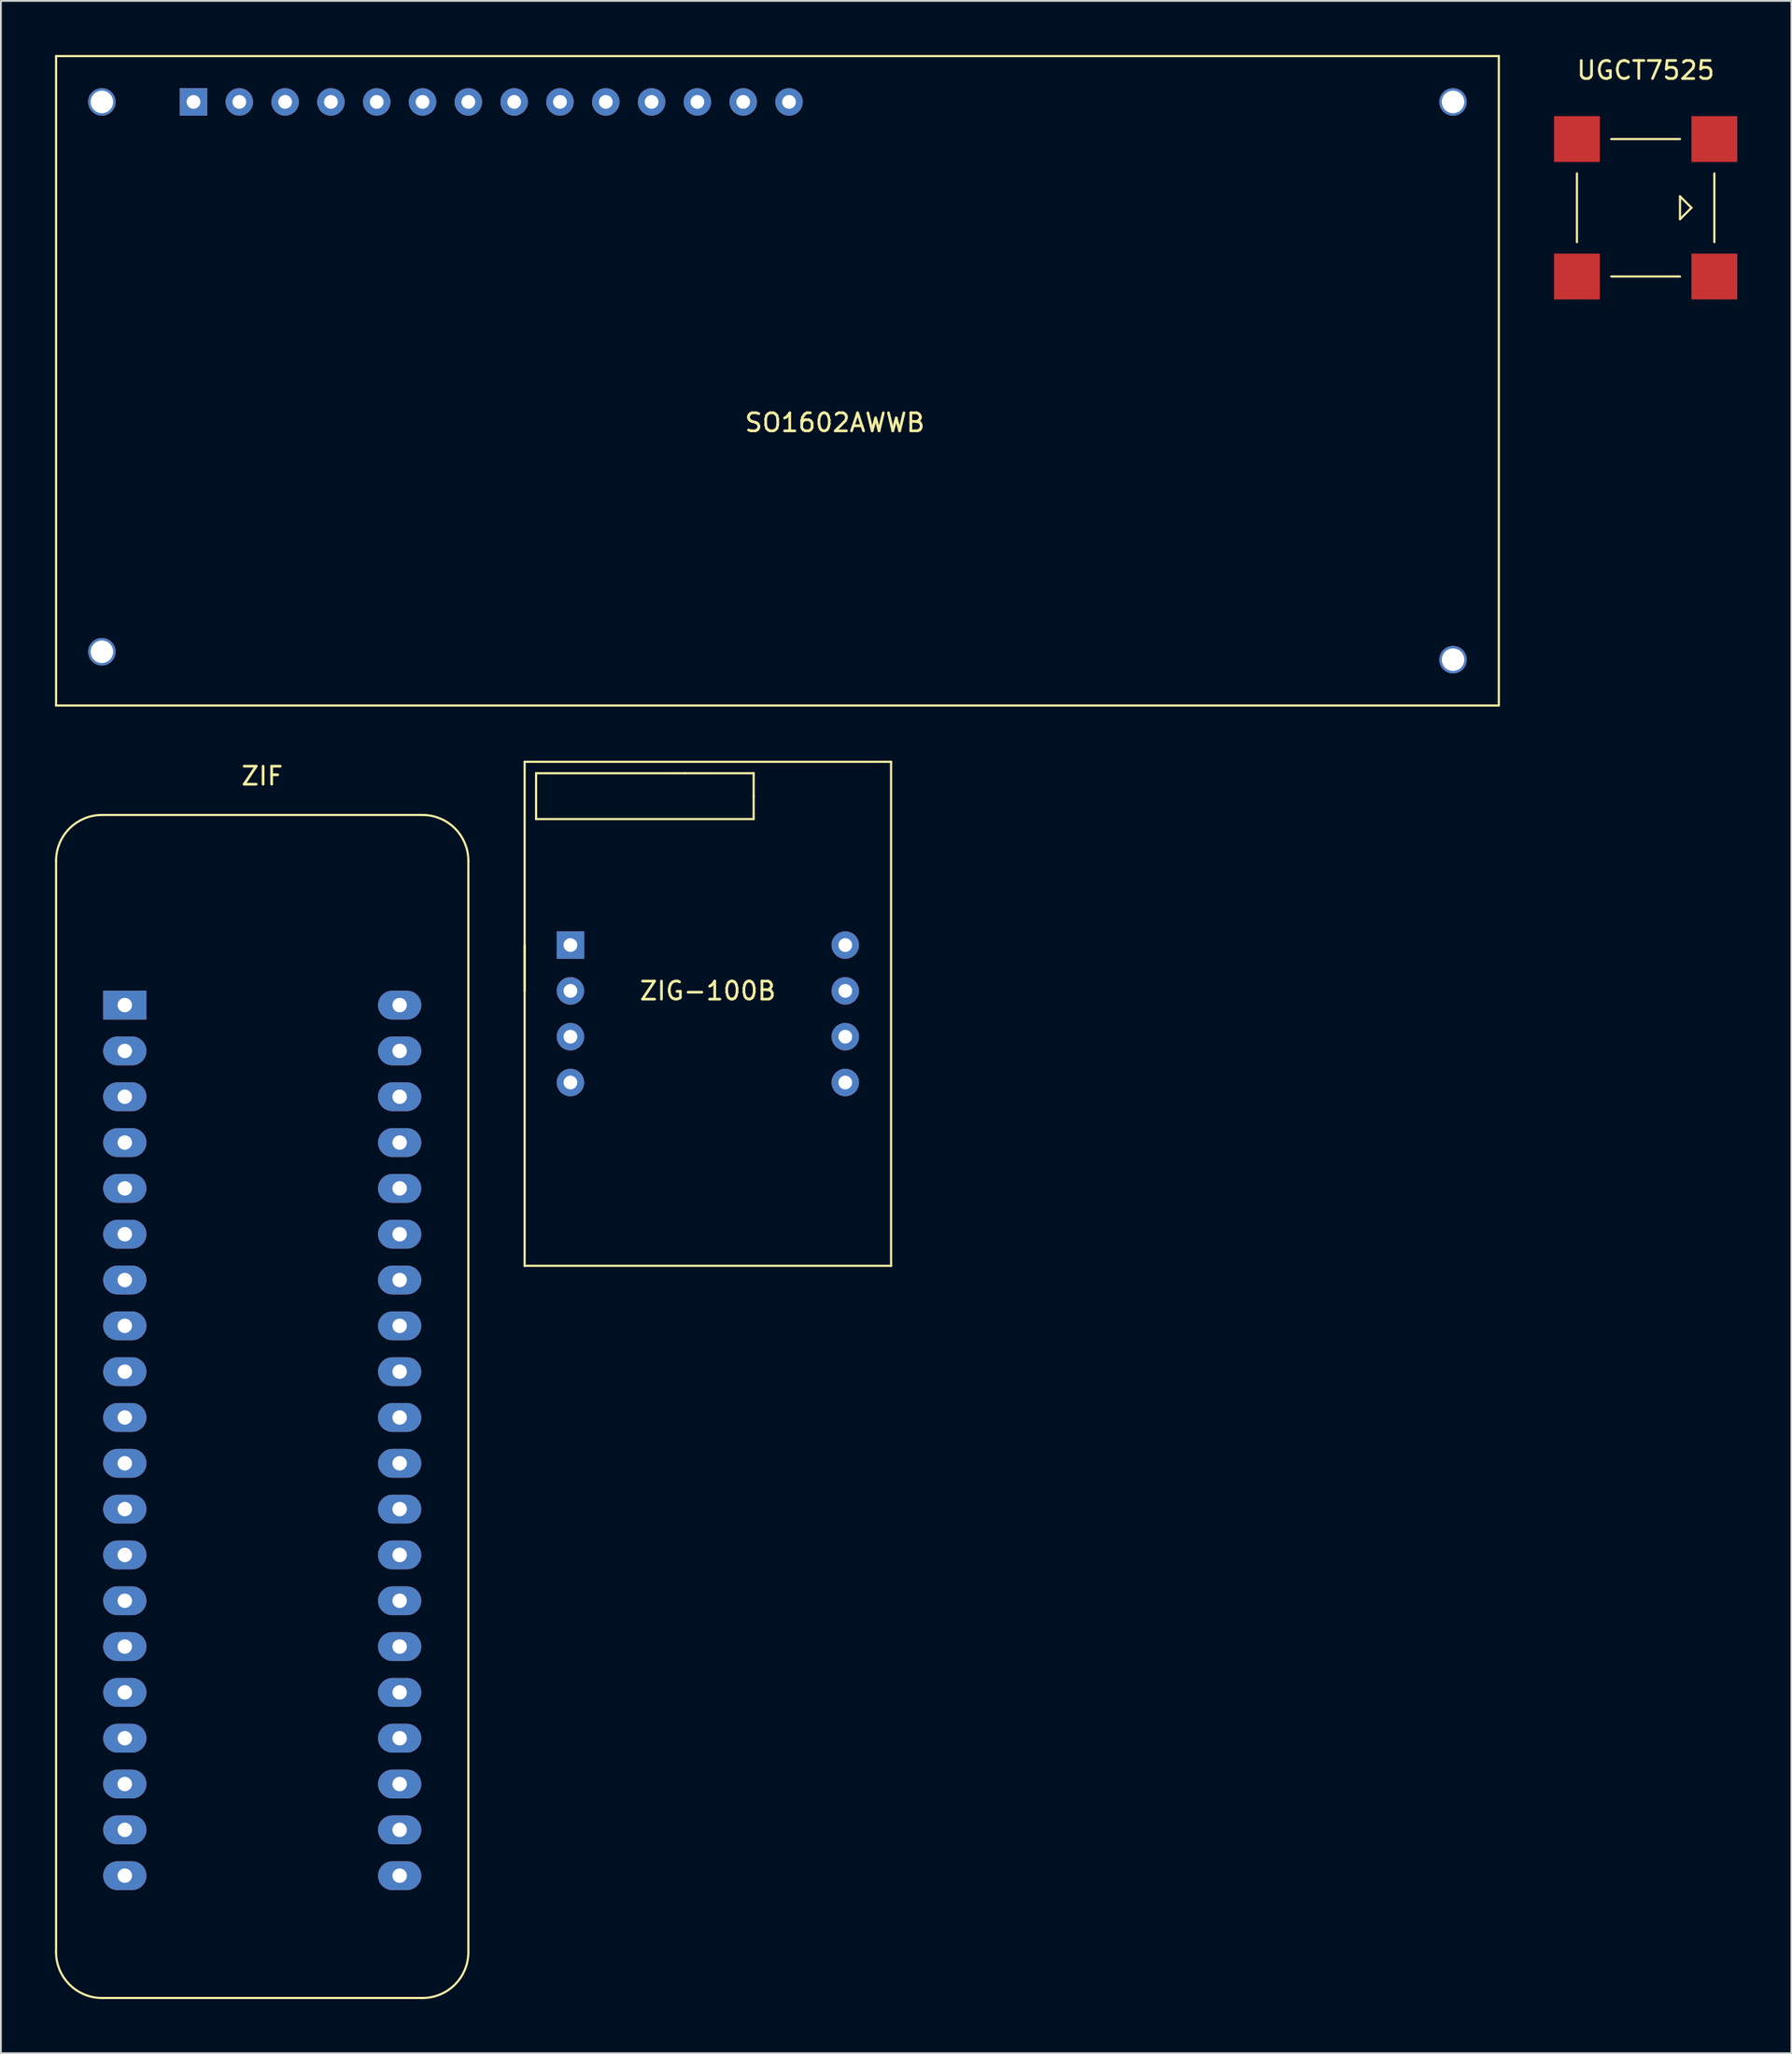
<source format=kicad_pcb>
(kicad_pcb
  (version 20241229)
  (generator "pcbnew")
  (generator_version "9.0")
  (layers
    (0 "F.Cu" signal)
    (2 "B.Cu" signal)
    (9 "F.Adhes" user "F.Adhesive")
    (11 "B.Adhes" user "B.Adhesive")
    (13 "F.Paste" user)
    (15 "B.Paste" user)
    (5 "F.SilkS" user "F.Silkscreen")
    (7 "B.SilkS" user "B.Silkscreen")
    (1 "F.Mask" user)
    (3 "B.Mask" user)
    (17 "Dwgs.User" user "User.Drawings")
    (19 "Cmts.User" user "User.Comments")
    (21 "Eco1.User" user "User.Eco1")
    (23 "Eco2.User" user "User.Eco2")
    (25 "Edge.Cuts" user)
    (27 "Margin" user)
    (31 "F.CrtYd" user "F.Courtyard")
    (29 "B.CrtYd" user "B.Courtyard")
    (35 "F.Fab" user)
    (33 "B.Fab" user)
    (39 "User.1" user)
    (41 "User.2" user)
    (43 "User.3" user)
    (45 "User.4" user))
  (footprint "ZIF"
    (layer "F.Cu")
    (at 3.87 52.668)
    (property "Reference" "ZIF" (at 7.62 -12.7 0) (layer "F.SilkS") (effects (font (size 1 1) (thickness 0.15))))
    (attr through_hole)
    (fp_line (start -3.81 52.5) (end -3.81 -8) (stroke (width 0.12) (type solid)) (layer "F.SilkS"))
    (fp_line (start -1.27 -10.54) (end 16.51 -10.54) (stroke (width 0.12) (type solid)) (layer "F.SilkS"))
    (fp_line (start 16.51 55.04) (end -1.27 55.04) (stroke (width 0.12) (type solid)) (layer "F.SilkS"))
    (fp_line (start 19.05 52.5) (end 19.05 -8) (stroke (width 0.12) (type solid)) (layer "F.SilkS"))
    (fp_arc (start -3.81 -8) (mid -3.066051 -9.796051) (end -1.27 -10.54) (stroke (width 0.12) (type solid)) (layer "F.SilkS"))
    (fp_arc (start -1.27 55.04) (mid -3.066051 54.296051) (end -3.81 52.5) (stroke (width 0.12) (type solid)) (layer "F.SilkS"))
    (fp_arc (start 16.51 -10.54) (mid 18.306051 -9.796051) (end 19.05 -8) (stroke (width 0.12) (type solid)) (layer "F.SilkS"))
    (fp_arc (start 19.05 52.5) (mid 18.306051 54.296051) (end 16.51 55.04) (stroke (width 0.12) (type solid)) (layer "F.SilkS"))
    (pad "1" thru_hole rect (at 0 0) (size 2.4 1.6) (drill 0.8) (layers "*.Cu" "*.Mask"))
    (pad "2" thru_hole oval (at 0 2.54) (size 2.4 1.6) (drill 0.8) (layers "*.Cu" "*.Mask"))
    (pad "3" thru_hole oval (at 0 5.08) (size 2.4 1.6) (drill 0.8) (layers "*.Cu" "*.Mask"))
    (pad "4" thru_hole oval (at 0 7.62) (size 2.4 1.6) (drill 0.8) (layers "*.Cu" "*.Mask"))
    (pad "5" thru_hole oval (at 0 10.16) (size 2.4 1.6) (drill 0.8) (layers "*.Cu" "*.Mask"))
    (pad "6" thru_hole oval (at 0 12.7) (size 2.4 1.6) (drill 0.8) (layers "*.Cu" "*.Mask"))
    (pad "7" thru_hole oval (at 0 15.24) (size 2.4 1.6) (drill 0.8) (layers "*.Cu" "*.Mask"))
    (pad "8" thru_hole oval (at 0 17.78) (size 2.4 1.6) (drill 0.8) (layers "*.Cu" "*.Mask"))
    (pad "9" thru_hole oval (at 0 20.32) (size 2.4 1.6) (drill 0.8) (layers "*.Cu" "*.Mask"))
    (pad "10" thru_hole oval (at 0 22.86) (size 2.4 1.6) (drill 0.8) (layers "*.Cu" "*.Mask"))
    (pad "11" thru_hole oval (at 0 25.4) (size 2.4 1.6) (drill 0.8) (layers "*.Cu" "*.Mask"))
    (pad "12" thru_hole oval (at 0 27.94) (size 2.4 1.6) (drill 0.8) (layers "*.Cu" "*.Mask"))
    (pad "13" thru_hole oval (at 0 30.48) (size 2.4 1.6) (drill 0.8) (layers "*.Cu" "*.Mask"))
    (pad "14" thru_hole oval (at 0 33.02) (size 2.4 1.6) (drill 0.8) (layers "*.Cu" "*.Mask"))
    (pad "15" thru_hole oval (at 0 35.56) (size 2.4 1.6) (drill 0.8) (layers "*.Cu" "*.Mask"))
    (pad "16" thru_hole oval (at 0 38.1) (size 2.4 1.6) (drill 0.8) (layers "*.Cu" "*.Mask"))
    (pad "17" thru_hole oval (at 0 40.64) (size 2.4 1.6) (drill 0.8) (layers "*.Cu" "*.Mask"))
    (pad "18" thru_hole oval (at 0 43.18) (size 2.4 1.6) (drill 0.8) (layers "*.Cu" "*.Mask"))
    (pad "19" thru_hole oval (at 0 45.72) (size 2.4 1.6) (drill 0.8) (layers "*.Cu" "*.Mask"))
    (pad "20" thru_hole oval (at 0 48.26) (size 2.4 1.6) (drill 0.8) (layers "*.Cu" "*.Mask"))
    (pad "21" thru_hole oval (at 15.24 48.26) (size 2.4 1.6) (drill 0.8) (layers "*.Cu" "*.Mask"))
    (pad "22" thru_hole oval (at 15.24 45.72) (size 2.4 1.6) (drill 0.8) (layers "*.Cu" "*.Mask"))
    (pad "23" thru_hole oval (at 15.24 43.18) (size 2.4 1.6) (drill 0.8) (layers "*.Cu" "*.Mask"))
    (pad "24" thru_hole oval (at 15.24 40.64) (size 2.4 1.6) (drill 0.8) (layers "*.Cu" "*.Mask"))
    (pad "25" thru_hole oval (at 15.24 38.1) (size 2.4 1.6) (drill 0.8) (layers "*.Cu" "*.Mask"))
    (pad "26" thru_hole oval (at 15.24 35.56) (size 2.4 1.6) (drill 0.8) (layers "*.Cu" "*.Mask"))
    (pad "27" thru_hole oval (at 15.24 33.02) (size 2.4 1.6) (drill 0.8) (layers "*.Cu" "*.Mask"))
    (pad "28" thru_hole oval (at 15.24 30.48) (size 2.4 1.6) (drill 0.8) (layers "*.Cu" "*.Mask"))
    (pad "29" thru_hole oval (at 15.24 27.94) (size 2.4 1.6) (drill 0.8) (layers "*.Cu" "*.Mask"))
    (pad "30" thru_hole oval (at 15.24 25.4) (size 2.4 1.6) (drill 0.8) (layers "*.Cu" "*.Mask"))
    (pad "31" thru_hole oval (at 15.24 22.86) (size 2.4 1.6) (drill 0.8) (layers "*.Cu" "*.Mask"))
    (pad "32" thru_hole oval (at 15.24 20.32) (size 2.4 1.6) (drill 0.8) (layers "*.Cu" "*.Mask"))
    (pad "33" thru_hole oval (at 15.24 17.78) (size 2.4 1.6) (drill 0.8) (layers "*.Cu" "*.Mask"))
    (pad "34" thru_hole oval (at 15.24 15.24) (size 2.4 1.6) (drill 0.8) (layers "*.Cu" "*.Mask"))
    (pad "35" thru_hole oval (at 15.24 12.7) (size 2.4 1.6) (drill 0.8) (layers "*.Cu" "*.Mask"))
    (pad "36" thru_hole oval (at 15.24 10.16) (size 2.4 1.6) (drill 0.8) (layers "*.Cu" "*.Mask"))
    (pad "37" thru_hole oval (at 15.24 7.62) (size 2.4 1.6) (drill 0.8) (layers "*.Cu" "*.Mask"))
    (pad "38" thru_hole oval (at 15.24 5.08) (size 2.4 1.6) (drill 0.8) (layers "*.Cu" "*.Mask"))
    (pad "39" thru_hole oval (at 15.24 2.54) (size 2.4 1.6) (drill 0.8) (layers "*.Cu" "*.Mask"))
    (pad "40" thru_hole oval (at 15.24 0) (size 2.4 1.6) (drill 0.8) (layers "*.Cu" "*.Mask")))
  (footprint "ZIG-100B"
    (layer "F.Cu")
    (at 36.2 49.34)
    (property "Reference" "ZIG-100B" (at 0 2.54 0) (layer "F.SilkS") (effects (font (size 1 1) (thickness 0.15))))
    (attr through_hole)
    (fp_line (start -10.16 -10.16) (end -10.16 2.54) (stroke (width 0.12) (type solid)) (layer "F.SilkS"))
    (fp_line (start -10.16 0) (end -10.16 17.78) (stroke (width 0.12) (type solid)) (layer "F.SilkS"))
    (fp_line (start -10.16 17.78) (end 10.16 17.78) (stroke (width 0.12) (type solid)) (layer "F.SilkS"))
    (fp_line (start -9.525 -9.525) (end -9.525 -6.985) (stroke (width 0.12) (type solid)) (layer "F.SilkS"))
    (fp_line (start -9.525 -9.525) (end -1.27 -9.525) (stroke (width 0.12) (type solid)) (layer "F.SilkS"))
    (fp_line (start -1.27 -9.525) (end 2.54 -9.525) (stroke (width 0.12) (type solid)) (layer "F.SilkS"))
    (fp_line (start 2.54 -9.525) (end 2.54 -8.255) (stroke (width 0.12) (type solid)) (layer "F.SilkS"))
    (fp_line (start 2.54 -8.255) (end 2.54 -6.985) (stroke (width 0.12) (type solid)) (layer "F.SilkS"))
    (fp_line (start 2.54 -6.985) (end -9.525 -6.985) (stroke (width 0.12) (type solid)) (layer "F.SilkS"))
    (fp_line (start 10.16 -10.16) (end -10.16 -10.16) (stroke (width 0.12) (type solid)) (layer "F.SilkS"))
    (fp_line (start 10.16 17.78) (end 10.16 -10.16) (stroke (width 0.12) (type solid)) (layer "F.SilkS"))
    (pad "1" thru_hole rect (at -7.62 0) (size 1.524 1.524) (drill 0.762) (layers "*.Cu" "*.Mask"))
    (pad "2" thru_hole circle (at -7.62 2.54) (size 1.524 1.524) (drill 0.762) (layers "*.Cu" "*.Mask"))
    (pad "3" thru_hole circle (at -7.62 5.08) (size 1.524 1.524) (drill 0.762) (layers "*.Cu" "*.Mask"))
    (pad "4" thru_hole circle (at -7.62 7.62) (size 1.524 1.524) (drill 0.762) (layers "*.Cu" "*.Mask"))
    (pad "5" thru_hole circle (at 7.62 7.62) (size 1.524 1.524) (drill 0.762) (layers "*.Cu" "*.Mask"))
    (pad "6" thru_hole circle (at 7.62 5.08) (size 1.524 1.524) (drill 0.762) (layers "*.Cu" "*.Mask"))
    (pad "7" thru_hole circle (at 7.62 2.54) (size 1.524 1.524) (drill 0.762) (layers "*.Cu" "*.Mask"))
    (pad "8" thru_hole circle (at 7.62 0) (size 1.524 1.524) (drill 0.762) (layers "*.Cu" "*.Mask")))
  (footprint "UGCT7525"
    (layer "F.Cu")
    (at 84.39 4.658)
    (property "Reference" "UGCT7525" (at 3.81 -3.81 0) (layer "F.SilkS") (effects (font (size 1 1) (thickness 0.15))))
    (attr through_hole)
    (fp_line (start 0 1.905) (end 0 5.715) (stroke (width 0.12) (type solid)) (layer "F.SilkS"))
    (fp_line (start 1.905 0) (end 5.715 0) (stroke (width 0.12) (type solid)) (layer "F.SilkS"))
    (fp_line (start 1.905 7.62) (end 5.715 7.62) (stroke (width 0.12) (type solid)) (layer "F.SilkS"))
    (fp_line (start 5.715 3.175) (end 5.715 4.445) (stroke (width 0.12) (type solid)) (layer "F.SilkS"))
    (fp_line (start 5.715 4.445) (end 6.35 3.81) (stroke (width 0.12) (type solid)) (layer "F.SilkS"))
    (fp_line (start 6.35 3.81) (end 5.715 3.175) (stroke (width 0.12) (type solid)) (layer "F.SilkS"))
    (fp_line (start 7.62 1.905) (end 7.62 5.715) (stroke (width 0.12) (type solid)) (layer "F.SilkS"))
    (pad "" smd rect (at 7.62 0) (size 2.54 2.54) (layers "F.Cu" "F.Mask" "F.Paste"))
    (pad "" smd rect (at 7.62 7.62) (size 2.54 2.54) (layers "F.Cu" "F.Mask" "F.Paste"))
    (pad "1" smd rect (at 0 0) (size 2.54 2.54) (layers "F.Cu" "F.Mask" "F.Paste"))
    (pad "2" smd rect (at 0 7.62) (size 2.54 2.54) (layers "F.Cu" "F.Mask" "F.Paste")))
  (footprint "SO1602AWWB"
    (layer "F.Cu")
    (at 7.68 2.6)
    (property "Reference" "SO1602AWWB" (at 35.56 17.78 0) (layer "F.SilkS") (effects (font (size 1 1) (thickness 0.15))))
    (attr through_hole)
    (fp_line (start -7.62 -2.54) (end 72.38 -2.54) (stroke (width 0.12) (type solid)) (layer "F.SilkS"))
    (fp_line (start -7.62 33.46) (end -7.62 -2.54) (stroke (width 0.12) (type solid)) (layer "F.SilkS"))
    (fp_line (start -7.62 33.46) (end 72.38 33.46) (stroke (width 0.12) (type solid)) (layer "F.SilkS"))
    (fp_line (start 72.38 33.46) (end 72.38 -2.54) (stroke (width 0.12) (type solid)) (layer "F.SilkS"))
    (pad "" np_thru_hole circle (at -5.08 0) (size 1.524 1.524) (drill 1.25) (layers "*.Cu" "*.Mask"))
    (pad "" np_thru_hole circle (at -5.08 30.48) (size 1.524 1.524) (drill 1.25) (layers "*.Cu" "*.Mask"))
    (pad "" np_thru_hole circle (at 69.84 0) (size 1.524 1.524) (drill 1.25) (layers "*.Cu" "*.Mask"))
    (pad "" np_thru_hole circle (at 69.84 30.92) (size 1.524 1.524) (drill 1.25) (layers "*.Cu" "*.Mask"))
    (pad "1" thru_hole rect (at 0 0) (size 1.524 1.524) (drill 0.762) (layers "*.Cu" "*.Mask"))
    (pad "2" thru_hole circle (at 2.54 0) (size 1.524 1.524) (drill 0.762) (layers "*.Cu" "*.Mask"))
    (pad "3" thru_hole circle (at 5.08 0) (size 1.524 1.524) (drill 0.762) (layers "*.Cu" "*.Mask"))
    (pad "4" thru_hole circle (at 7.62 0) (size 1.524 1.524) (drill 0.762) (layers "*.Cu" "*.Mask"))
    (pad "5" thru_hole circle (at 10.16 0) (size 1.524 1.524) (drill 0.762) (layers "*.Cu" "*.Mask"))
    (pad "6" thru_hole circle (at 12.7 0) (size 1.524 1.524) (drill 0.762) (layers "*.Cu" "*.Mask"))
    (pad "7" thru_hole circle (at 15.24 0) (size 1.524 1.524) (drill 0.762) (layers "*.Cu" "*.Mask"))
    (pad "8" thru_hole circle (at 17.78 0) (size 1.524 1.524) (drill 0.762) (layers "*.Cu" "*.Mask"))
    (pad "9" thru_hole circle (at 20.32 0) (size 1.524 1.524) (drill 0.762) (layers "*.Cu" "*.Mask"))
    (pad "10" thru_hole circle (at 22.86 0) (size 1.524 1.524) (drill 0.762) (layers "*.Cu" "*.Mask"))
    (pad "11" thru_hole circle (at 25.4 0) (size 1.524 1.524) (drill 0.762) (layers "*.Cu" "*.Mask"))
    (pad "12" thru_hole circle (at 27.94 0) (size 1.524 1.524) (drill 0.762) (layers "*.Cu" "*.Mask"))
    (pad "13" thru_hole circle (at 30.48 0) (size 1.524 1.524) (drill 0.762) (layers "*.Cu" "*.Mask"))
    (pad "14" thru_hole circle (at 33.02 0) (size 1.524 1.524) (drill 0.762) (layers "*.Cu" "*.Mask")))
  (gr_rect
    (start -3 -3)
    (end 96.28 110.768)
    (stroke (width 0.1) (type default))
    (fill no)
    (layer "Edge.Cuts")))
</source>
